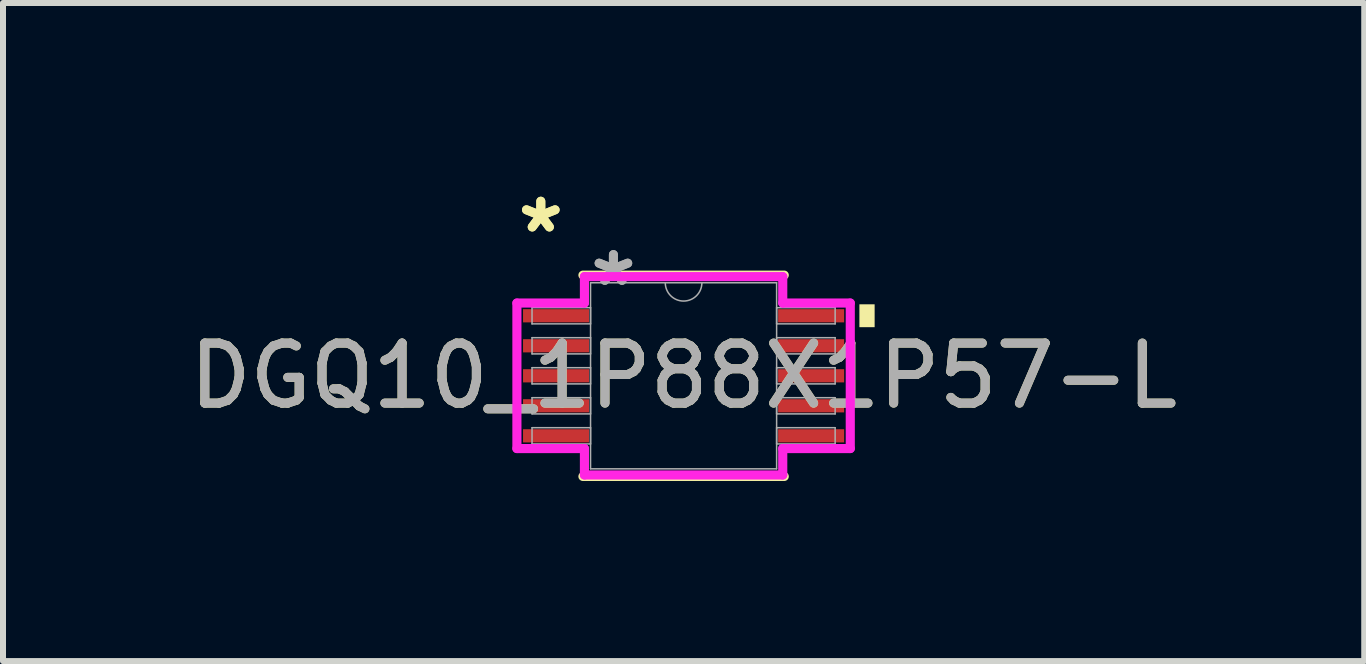
<source format=kicad_pcb>
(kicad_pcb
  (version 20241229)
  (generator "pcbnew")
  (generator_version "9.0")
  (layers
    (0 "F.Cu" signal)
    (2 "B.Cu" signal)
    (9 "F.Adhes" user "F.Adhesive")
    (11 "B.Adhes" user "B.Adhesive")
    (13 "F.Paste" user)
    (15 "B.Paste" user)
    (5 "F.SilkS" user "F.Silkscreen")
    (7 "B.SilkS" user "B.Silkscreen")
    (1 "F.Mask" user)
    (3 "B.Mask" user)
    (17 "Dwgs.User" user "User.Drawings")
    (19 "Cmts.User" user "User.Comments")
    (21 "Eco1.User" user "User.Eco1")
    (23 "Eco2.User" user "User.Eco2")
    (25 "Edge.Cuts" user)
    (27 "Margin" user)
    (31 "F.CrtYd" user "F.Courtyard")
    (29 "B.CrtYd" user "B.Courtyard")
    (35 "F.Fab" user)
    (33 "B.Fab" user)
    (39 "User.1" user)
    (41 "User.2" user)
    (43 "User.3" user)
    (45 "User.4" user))
  (footprint "DGQ10_1P88X1P57-L"
    (layer "F.Cu")
    (at 8.339 3.211)
    (property "Reference" "DGQ10_1P88X1P57-L" (at 0 0 0) (unlocked yes) (layer "F.SilkS") (effects (font (size 1 1) (thickness 0.15))))
    (attr smd)
    (fp_line (start -1.677 1.677) (end 1.677 1.677) (stroke (width 0.152) (type solid)) (layer "F.SilkS"))
    (fp_line (start 1.677 -1.677) (end -1.677 -1.677) (stroke (width 0.152) (type solid)) (layer "F.SilkS"))
    (fp_poly (pts (xy 3.183 -1.191) (xy 3.183 -0.81) (xy 2.929 -0.81) (xy 2.929 -1.191)) (stroke (width 0) (type solid)) (fill yes) (layer "F.SilkS"))
    (fp_line (start -2.777 -1.212) (end -1.652 -1.212) (stroke (width 0.152) (type solid)) (layer "F.CrtYd"))
    (fp_line (start -2.777 1.212) (end -2.777 -1.212) (stroke (width 0.152) (type solid)) (layer "F.CrtYd"))
    (fp_line (start -2.777 1.212) (end -1.652 1.212) (stroke (width 0.152) (type solid)) (layer "F.CrtYd"))
    (fp_line (start -1.652 -1.652) (end 1.652 -1.652) (stroke (width 0.152) (type solid)) (layer "F.CrtYd"))
    (fp_line (start -1.652 -1.212) (end -1.652 -1.652) (stroke (width 0.152) (type solid)) (layer "F.CrtYd"))
    (fp_line (start -1.652 1.652) (end -1.652 1.212) (stroke (width 0.152) (type solid)) (layer "F.CrtYd"))
    (fp_line (start 1.652 -1.652) (end 1.652 -1.212) (stroke (width 0.152) (type solid)) (layer "F.CrtYd"))
    (fp_line (start 1.652 1.212) (end 1.652 1.652) (stroke (width 0.152) (type solid)) (layer "F.CrtYd"))
    (fp_line (start 1.652 1.652) (end -1.652 1.652) (stroke (width 0.152) (type solid)) (layer "F.CrtYd"))
    (fp_line (start 2.777 -1.212) (end 1.652 -1.212) (stroke (width 0.152) (type solid)) (layer "F.CrtYd"))
    (fp_line (start 2.777 -1.212) (end 2.777 1.212) (stroke (width 0.152) (type solid)) (layer "F.CrtYd"))
    (fp_line (start 2.777 1.212) (end 1.652 1.212) (stroke (width 0.152) (type solid)) (layer "F.CrtYd"))
    (fp_line (start -2.525 -1.135) (end -2.525 -0.865) (stroke (width 0.025) (type solid)) (layer "F.Fab"))
    (fp_line (start -2.525 -0.865) (end -1.55 -0.865) (stroke (width 0.025) (type solid)) (layer "F.Fab"))
    (fp_line (start -2.525 -0.635) (end -2.525 -0.365) (stroke (width 0.025) (type solid)) (layer "F.Fab"))
    (fp_line (start -2.525 -0.365) (end -1.55 -0.365) (stroke (width 0.025) (type solid)) (layer "F.Fab"))
    (fp_line (start -2.525 -0.135) (end -2.525 0.135) (stroke (width 0.025) (type solid)) (layer "F.Fab"))
    (fp_line (start -2.525 0.135) (end -1.55 0.135) (stroke (width 0.025) (type solid)) (layer "F.Fab"))
    (fp_line (start -2.525 0.365) (end -2.525 0.635) (stroke (width 0.025) (type solid)) (layer "F.Fab"))
    (fp_line (start -2.525 0.635) (end -1.55 0.635) (stroke (width 0.025) (type solid)) (layer "F.Fab"))
    (fp_line (start -2.525 0.865) (end -2.525 1.135) (stroke (width 0.025) (type solid)) (layer "F.Fab"))
    (fp_line (start -2.525 1.135) (end -1.55 1.135) (stroke (width 0.025) (type solid)) (layer "F.Fab"))
    (fp_line (start -1.55 -1.55) (end -1.55 1.55) (stroke (width 0.025) (type solid)) (layer "F.Fab"))
    (fp_line (start -1.55 -1.135) (end -2.525 -1.135) (stroke (width 0.025) (type solid)) (layer "F.Fab"))
    (fp_line (start -1.55 -0.865) (end -1.55 -1.135) (stroke (width 0.025) (type solid)) (layer "F.Fab"))
    (fp_line (start -1.55 -0.635) (end -2.525 -0.635) (stroke (width 0.025) (type solid)) (layer "F.Fab"))
    (fp_line (start -1.55 -0.365) (end -1.55 -0.635) (stroke (width 0.025) (type solid)) (layer "F.Fab"))
    (fp_line (start -1.55 -0.135) (end -2.525 -0.135) (stroke (width 0.025) (type solid)) (layer "F.Fab"))
    (fp_line (start -1.55 0.135) (end -1.55 -0.135) (stroke (width 0.025) (type solid)) (layer "F.Fab"))
    (fp_line (start -1.55 0.365) (end -2.525 0.365) (stroke (width 0.025) (type solid)) (layer "F.Fab"))
    (fp_line (start -1.55 0.635) (end -1.55 0.365) (stroke (width 0.025) (type solid)) (layer "F.Fab"))
    (fp_line (start -1.55 0.865) (end -2.525 0.865) (stroke (width 0.025) (type solid)) (layer "F.Fab"))
    (fp_line (start -1.55 1.135) (end -1.55 0.865) (stroke (width 0.025) (type solid)) (layer "F.Fab"))
    (fp_line (start -1.55 1.55) (end 1.55 1.55) (stroke (width 0.025) (type solid)) (layer "F.Fab"))
    (fp_line (start 1.55 -1.55) (end -1.55 -1.55) (stroke (width 0.025) (type solid)) (layer "F.Fab"))
    (fp_line (start 1.55 -1.135) (end 1.55 -0.865) (stroke (width 0.025) (type solid)) (layer "F.Fab"))
    (fp_line (start 1.55 -0.865) (end 2.525 -0.865) (stroke (width 0.025) (type solid)) (layer "F.Fab"))
    (fp_line (start 1.55 -0.635) (end 1.55 -0.365) (stroke (width 0.025) (type solid)) (layer "F.Fab"))
    (fp_line (start 1.55 -0.365) (end 2.525 -0.365) (stroke (width 0.025) (type solid)) (layer "F.Fab"))
    (fp_line (start 1.55 -0.135) (end 1.55 0.135) (stroke (width 0.025) (type solid)) (layer "F.Fab"))
    (fp_line (start 1.55 0.135) (end 2.525 0.135) (stroke (width 0.025) (type solid)) (layer "F.Fab"))
    (fp_line (start 1.55 0.365) (end 1.55 0.635) (stroke (width 0.025) (type solid)) (layer "F.Fab"))
    (fp_line (start 1.55 0.635) (end 2.525 0.635) (stroke (width 0.025) (type solid)) (layer "F.Fab"))
    (fp_line (start 1.55 0.865) (end 1.55 1.135) (stroke (width 0.025) (type solid)) (layer "F.Fab"))
    (fp_line (start 1.55 1.135) (end 2.525 1.135) (stroke (width 0.025) (type solid)) (layer "F.Fab"))
    (fp_line (start 1.55 1.55) (end 1.55 -1.55) (stroke (width 0.025) (type solid)) (layer "F.Fab"))
    (fp_line (start 2.525 -1.135) (end 1.55 -1.135) (stroke (width 0.025) (type solid)) (layer "F.Fab"))
    (fp_line (start 2.525 -0.865) (end 2.525 -1.135) (stroke (width 0.025) (type solid)) (layer "F.Fab"))
    (fp_line (start 2.525 -0.635) (end 1.55 -0.635) (stroke (width 0.025) (type solid)) (layer "F.Fab"))
    (fp_line (start 2.525 -0.365) (end 2.525 -0.635) (stroke (width 0.025) (type solid)) (layer "F.Fab"))
    (fp_line (start 2.525 -0.135) (end 1.55 -0.135) (stroke (width 0.025) (type solid)) (layer "F.Fab"))
    (fp_line (start 2.525 0.135) (end 2.525 -0.135) (stroke (width 0.025) (type solid)) (layer "F.Fab"))
    (fp_line (start 2.525 0.365) (end 1.55 0.365) (stroke (width 0.025) (type solid)) (layer "F.Fab"))
    (fp_line (start 2.525 0.635) (end 2.525 0.365) (stroke (width 0.025) (type solid)) (layer "F.Fab"))
    (fp_line (start 2.525 0.865) (end 1.55 0.865) (stroke (width 0.025) (type solid)) (layer "F.Fab"))
    (fp_line (start 2.525 1.135) (end 2.525 0.865) (stroke (width 0.025) (type solid)) (layer "F.Fab"))
    (fp_arc (start 0.3048 -1.549999) (mid 0 -1.245199) (end -0.3048 -1.549999) (stroke (width 0.0254) (type solid)) (layer "F.Fab"))
    (fp_text user "*" (at -2.379 -2.363 0) (unlocked yes) (layer "F.SilkS") (effects (font (size 1 1) (thickness 0.15))))
    (fp_text user "*" (at -2.379 -2.363 0) (layer "F.SilkS") (effects (font (size 1 1) (thickness 0.15))))
    (fp_text user "*" (at -1.169 -1.474 0) (unlocked yes) (layer "F.Fab") (effects (font (size 1 1) (thickness 0.15))))
    (fp_text user "${REFERENCE}" (at 0 0 0) (unlocked yes) (layer "F.Fab") (effects (font (size 1 1) (thickness 0.15))))
    (fp_text user "*" (at -1.169 -1.474 0) (layer "F.Fab") (effects (font (size 1 1) (thickness 0.15))))
    (pad "1" smd rect (at -2.125 -1) (size 1.1 0.22) (layers "F.Cu" "F.Mask" "F.Paste"))
    (pad "2" smd rect (at -2.125 -0.5) (size 1.1 0.22) (layers "F.Cu" "F.Mask" "F.Paste"))
    (pad "3" smd rect (at -2.125 0) (size 1.1 0.22) (layers "F.Cu" "F.Mask" "F.Paste"))
    (pad "4" smd rect (at -2.125 0.5) (size 1.1 0.22) (layers "F.Cu" "F.Mask" "F.Paste"))
    (pad "5" smd rect (at -2.125 1) (size 1.1 0.22) (layers "F.Cu" "F.Mask" "F.Paste"))
    (pad "6" smd rect (at 2.125 1) (size 1.1 0.22) (layers "F.Cu" "F.Mask" "F.Paste"))
    (pad "7" smd rect (at 2.125 0.5) (size 1.1 0.22) (layers "F.Cu" "F.Mask" "F.Paste"))
    (pad "8" smd rect (at 2.125 0) (size 1.1 0.22) (layers "F.Cu" "F.Mask" "F.Paste"))
    (pad "9" smd rect (at 2.125 -0.5) (size 1.1 0.22) (layers "F.Cu" "F.Mask" "F.Paste"))
    (pad "10" smd rect (at 2.125 -1) (size 1.1 0.22) (layers "F.Cu" "F.Mask" "F.Paste")))
  (gr_rect
    (start -3 -3)
    (end 19.679 7.964)
    (stroke (width 0.1) (type default))
    (fill no)
    (layer "Edge.Cuts")))
</source>
